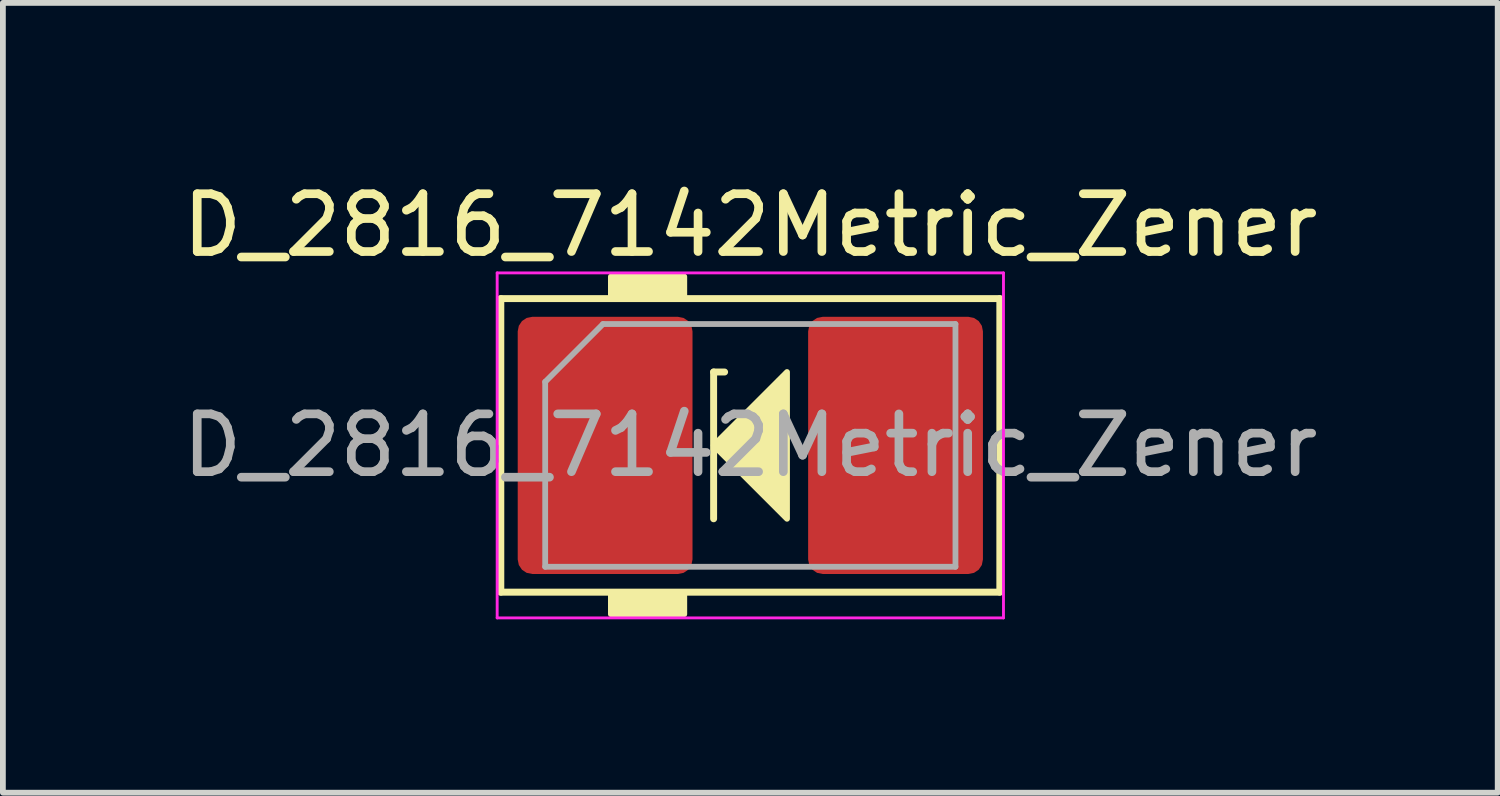
<source format=kicad_pcb>
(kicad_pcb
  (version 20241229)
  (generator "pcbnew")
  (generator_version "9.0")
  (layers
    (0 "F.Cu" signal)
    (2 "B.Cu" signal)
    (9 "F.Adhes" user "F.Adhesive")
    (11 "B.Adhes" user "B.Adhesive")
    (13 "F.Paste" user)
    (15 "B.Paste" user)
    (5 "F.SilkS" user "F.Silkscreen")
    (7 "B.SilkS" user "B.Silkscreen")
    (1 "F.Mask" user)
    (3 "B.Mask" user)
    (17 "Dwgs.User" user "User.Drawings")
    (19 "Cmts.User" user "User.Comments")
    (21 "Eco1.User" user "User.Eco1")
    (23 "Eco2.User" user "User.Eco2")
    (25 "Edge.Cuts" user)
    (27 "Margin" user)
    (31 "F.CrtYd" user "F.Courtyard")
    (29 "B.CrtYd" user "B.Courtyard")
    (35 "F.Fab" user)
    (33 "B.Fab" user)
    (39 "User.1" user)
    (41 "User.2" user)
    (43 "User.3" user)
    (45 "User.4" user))
  (footprint "D_2816_7142Metric_Zener"
    (layer "F.Cu")
    (at 9.935 4.658)
    (property "Reference" "D_2816_7142Metric_Zener" (at 0 -3.81 0) (layer "F.SilkS") (effects (font (size 1 1) (thickness 0.15))))
    (attr smd)
    (fp_line (start -4.318 -2.54) (end -4.318 2.54) (stroke (width 0.12) (type solid)) (layer "F.SilkS"))
    (fp_line (start -4.318 2.54) (end 4.318 2.54) (stroke (width 0.12) (type solid)) (layer "F.SilkS"))
    (fp_line (start -0.635 -1.27) (end -0.635 1.27) (stroke (width 0.12) (type solid)) (layer "F.SilkS"))
    (fp_line (start -0.635 -1.27) (end -0.445 -1.27) (stroke (width 0.12) (type solid)) (layer "F.SilkS"))
    (fp_line (start 4.318 -2.54) (end -4.318 -2.54) (stroke (width 0.12) (type solid)) (layer "F.SilkS"))
    (fp_line (start 4.318 2.54) (end 4.318 -2.54) (stroke (width 0.12) (type solid)) (layer "F.SilkS"))
    (fp_poly (pts (xy 0.635 1.27) (xy -0.635 0) (xy 0.635 -1.27)) (stroke (width 0.1) (type solid)) (fill yes) (layer "F.SilkS"))
    (fp_poly (pts (xy -1.143 -2.54) (xy -2.413 -2.54) (xy -2.413 -2.921) (xy -1.143 -2.921)) (stroke (width 0.1) (type solid)) (fill yes) (layer "F.SilkS"))
    (fp_poly (pts (xy -1.143 2.921) (xy -2.413 2.921) (xy -2.413 2.54) (xy -1.143 2.54)) (stroke (width 0.1) (type solid)) (fill yes) (layer "F.SilkS"))
    (fp_line (start -4.381 -2.985) (end 4.381 -2.985) (stroke (width 0.05) (type solid)) (layer "F.CrtYd"))
    (fp_line (start -4.381 2.985) (end -4.381 -2.985) (stroke (width 0.05) (type solid)) (layer "F.CrtYd"))
    (fp_line (start 4.381 -2.985) (end 4.381 2.985) (stroke (width 0.05) (type solid)) (layer "F.CrtYd"))
    (fp_line (start 4.381 2.985) (end -4.381 2.985) (stroke (width 0.05) (type solid)) (layer "F.CrtYd"))
    (fp_line (start -3.55 -1.1) (end -3.55 2.1) (stroke (width 0.1) (type solid)) (layer "F.Fab"))
    (fp_line (start -3.55 2.1) (end 3.55 2.1) (stroke (width 0.1) (type solid)) (layer "F.Fab"))
    (fp_line (start -2.55 -2.1) (end -3.55 -1.1) (stroke (width 0.1) (type solid)) (layer "F.Fab"))
    (fp_line (start 3.55 -2.1) (end -2.55 -2.1) (stroke (width 0.1) (type solid)) (layer "F.Fab"))
    (fp_line (start 3.55 2.1) (end 3.55 -2.1) (stroke (width 0.1) (type solid)) (layer "F.Fab"))
    (fp_text user "${REFERENCE}" (at 0 0 0) (layer "F.Fab") (effects (font (size 1 1) (thickness 0.15))))
    (pad "1" smd roundrect (at -2.513 0) (size 3.025 4.45) (layers "F.Cu" "F.Mask" "F.Paste") (roundrect_rratio 0.083))
    (pad "2" smd roundrect (at 2.513 0) (size 3.025 4.45) (layers "F.Cu" "F.Mask" "F.Paste") (roundrect_rratio 0.083)))
  (gr_rect
    (start -3 -3)
    (end 22.869 10.668)
    (stroke (width 0.1) (type default))
    (fill no)
    (layer "Edge.Cuts")))
</source>
